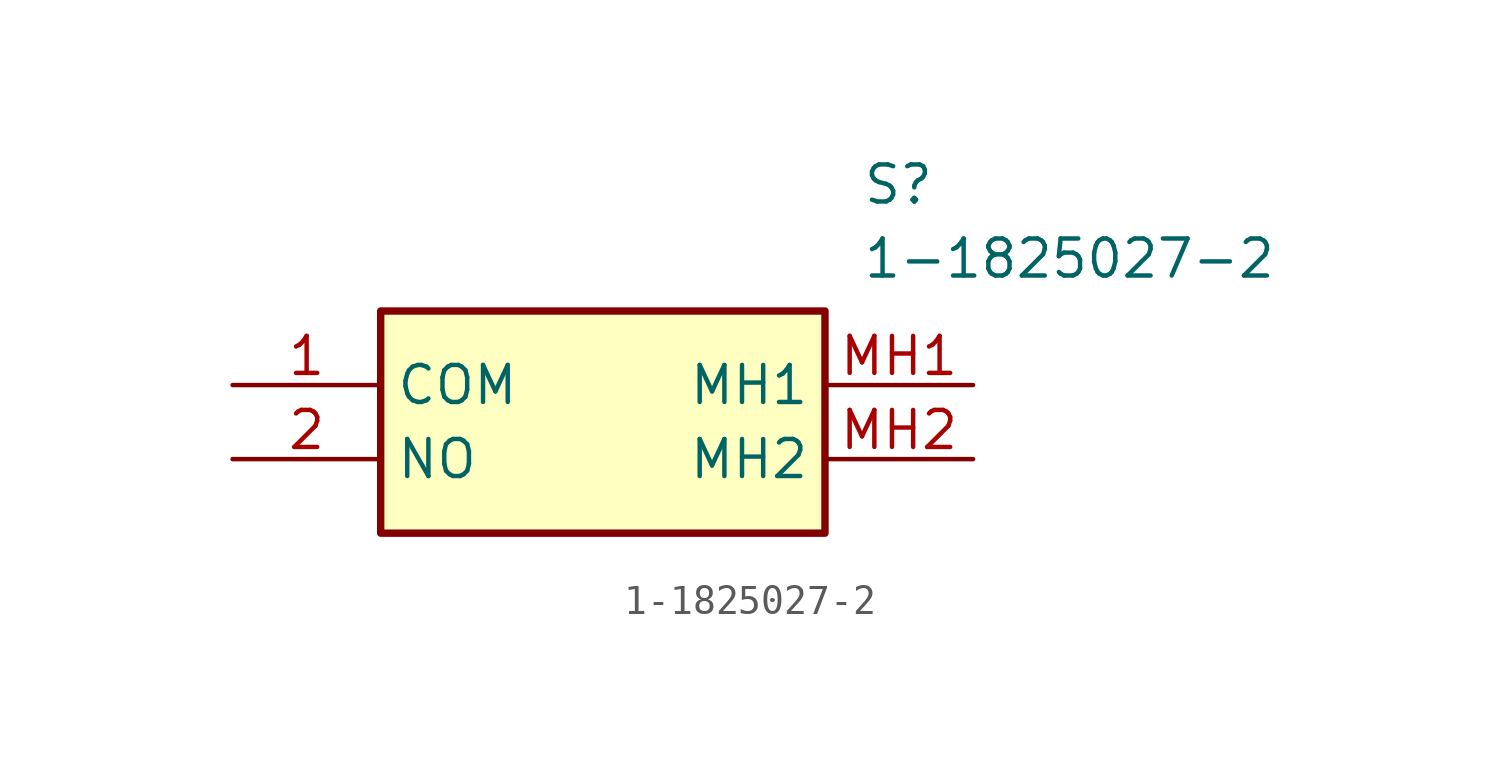
<source format=kicad_sym>
(kicad_symbol_lib
  (version 20211014)
  (generator SamacSys_ECAD_Model)
  (symbol "1-1825027-2"
    (property "Reference" "S"
      (at 21.59 7.62 0)
      (effects (font (size 1.27 1.27)) (justify left top)))
    (property "Value" "1-1825027-2"
      (at 21.59 5.08 0)
      (effects (font (size 1.27 1.27)) (justify left top)))
    (rectangle
      (start 5.08 2.54)
      (end 20.32 -5.08)
      (stroke (width 0.254) (type default))
      (fill (type background)))
    (pin passive line
      (at 0 0 0)
      (length 5.08)
      (name "COM" (effects (font (size 1.27 1.27))))
      (number "1" (effects (font (size 1.27 1.27)))))
    (pin passive line
      (at 0 -2.54 0)
      (length 5.08)
      (name "NO" (effects (font (size 1.27 1.27))))
      (number "2" (effects (font (size 1.27 1.27)))))
    (pin passive line
      (at 25.4 0 180)
      (length 5.08)
      (name "MH1" (effects (font (size 1.27 1.27))))
      (number "MH1" (effects (font (size 1.27 1.27)))))
    (pin passive line
      (at 25.4 -2.54 180)
      (length 5.08)
      (name "MH2" (effects (font (size 1.27 1.27))))
      (number "MH2" (effects (font (size 1.27 1.27)))))))
</source>
